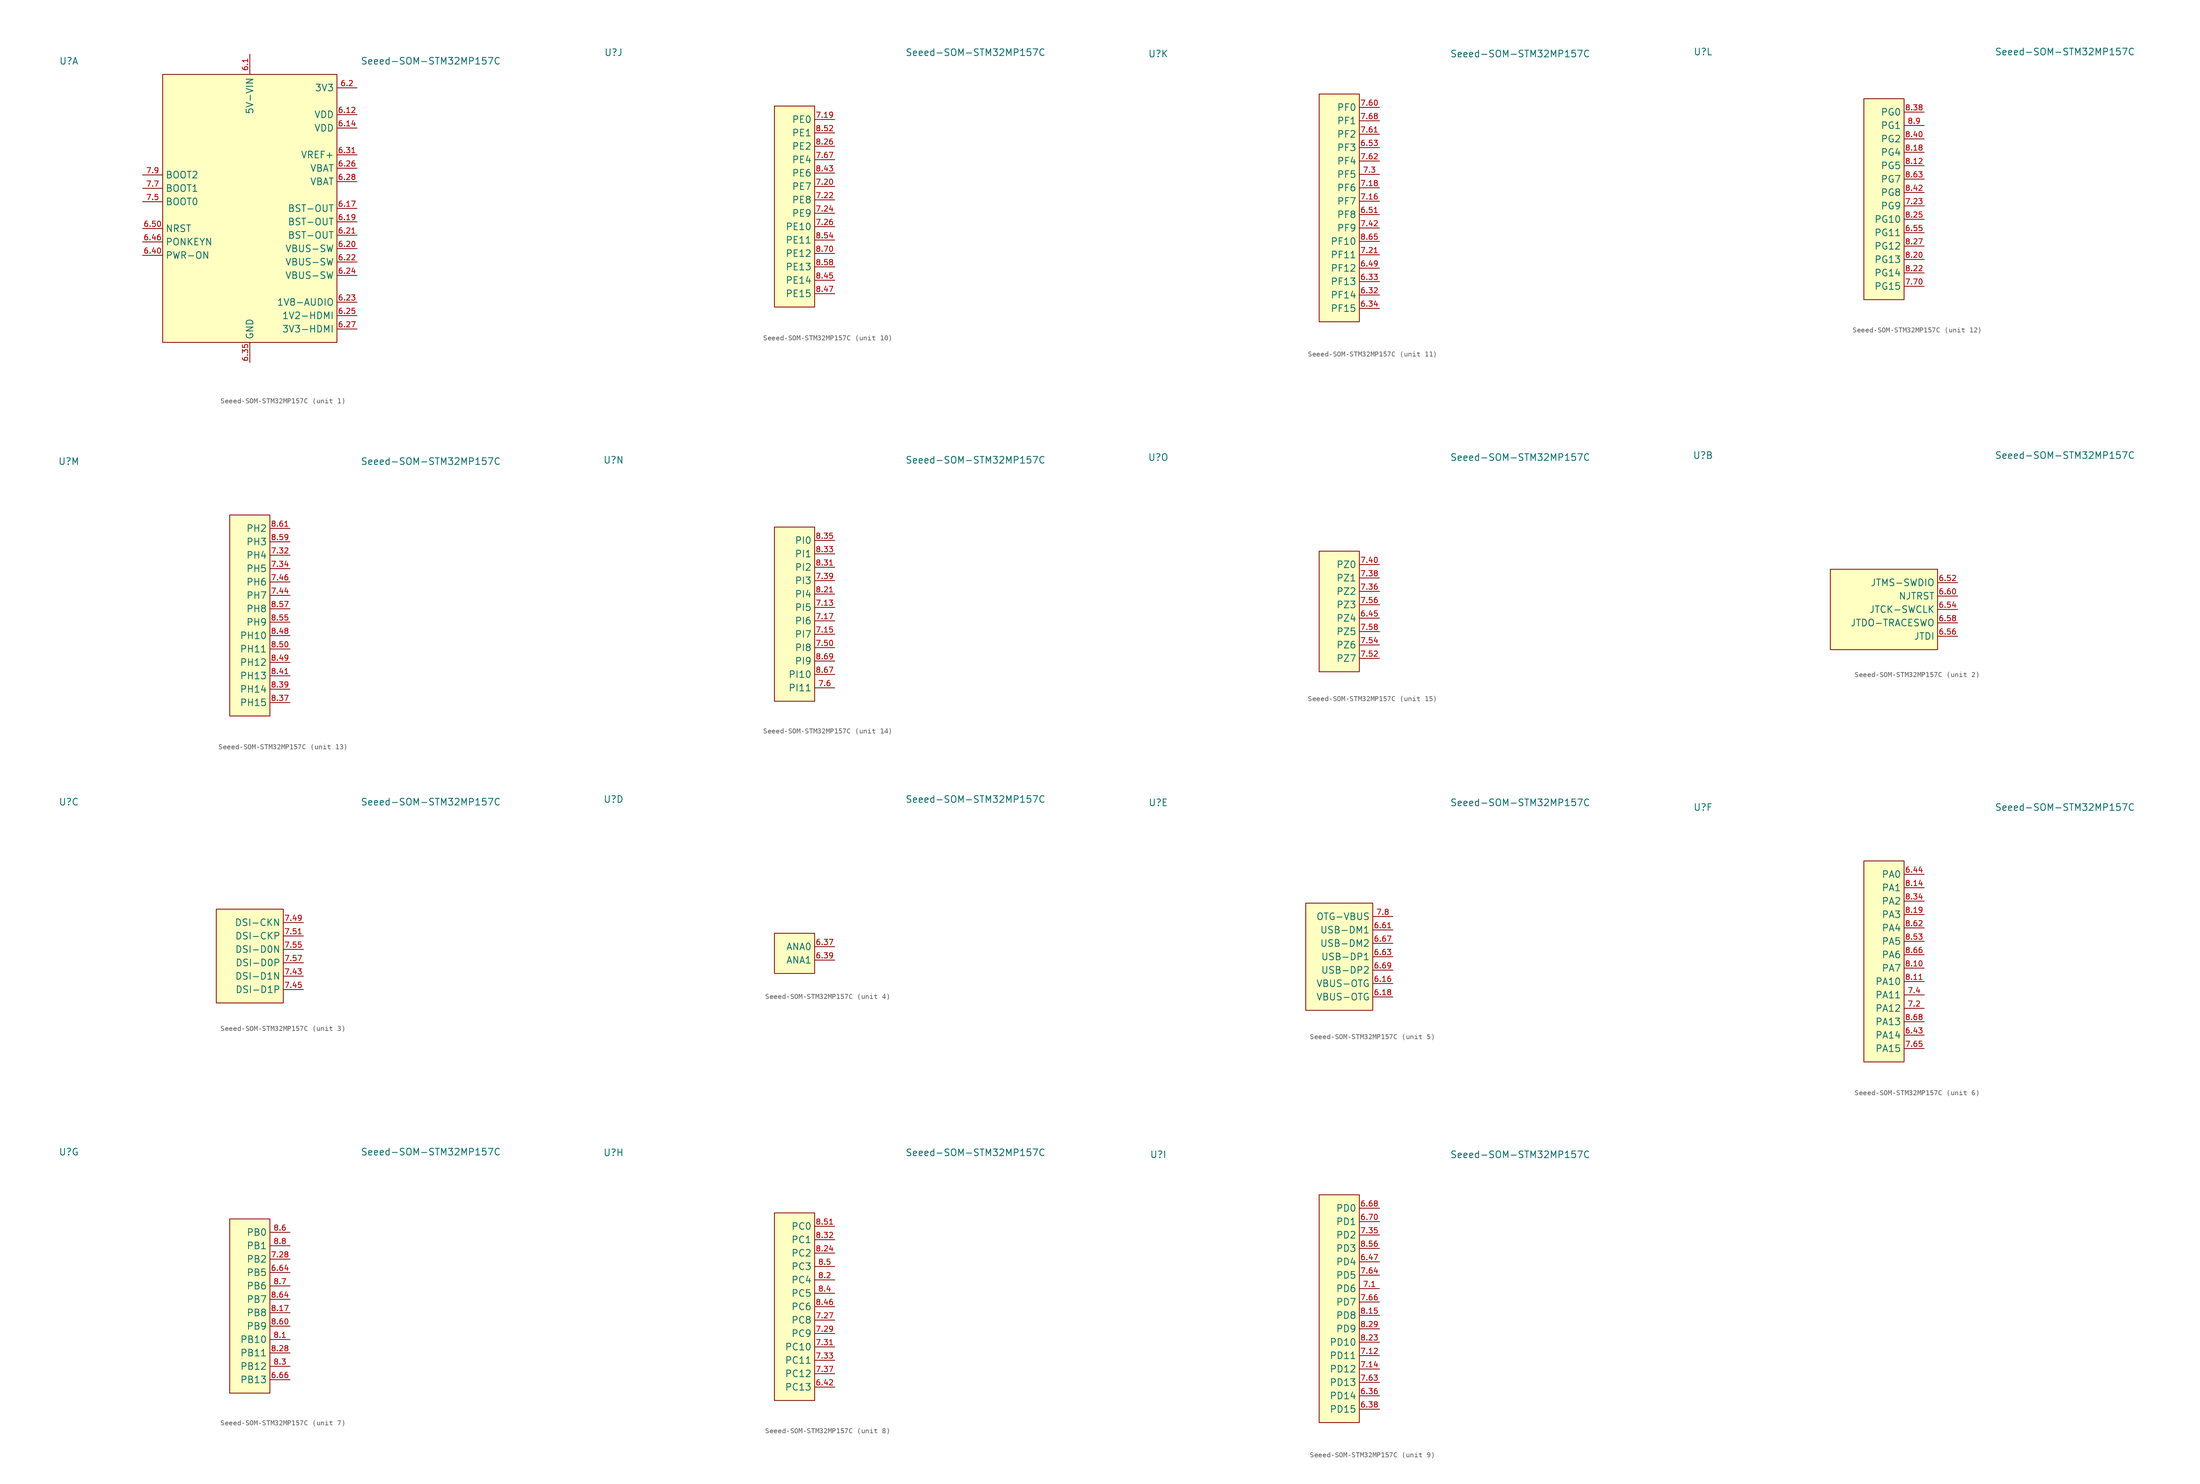
<source format=kicad_sym>
(kicad_symbol_lib
  (version 20211014)
  (generator kicad_symbol_editor)
  (symbol "Seeed-SOM-STM32MP157C"
    (property "Reference" "U"
      (at -34.29 29.21 0)
      (effects (font (size 1.27 1.27))))
    (property "Value" "Seeed-SOM-STM32MP157C"
      (at 34.29 29.21 0)
      (effects (font (size 1.27 1.27))))
    (property "ki_locked" ""
      (at 0 0 0)
      (effects (font (size 1.27 1.27))))
    (symbol "Seeed-SOM-STM32MP157C_1_1"
      (rectangle (start -16.51 -24.13) (end 16.51 26.67) (stroke (width 0) (type default) (color 0 0 0 0)) (fill (type background)))
      (pin power_in line (at 0 30.48 270) (length 3.81) (name "5V-VIN" (effects (font (size 1.27 1.27)))) (number "6.1" (effects (font (size 1.016 1.016)))))
      (pin passive line (at 20.32 24.13 180) (length 3.81) hide (name "3V3" (effects (font (size 1.27 1.27)))) (number "6.10" (effects (font (size 1.016 1.016)))))
      (pin passive line (at 0 30.48 270) (length 3.81) hide (name "5V-VIN" (effects (font (size 1.27 1.27)))) (number "6.11" (effects (font (size 1.016 1.016)))))
      (pin power_out line (at 20.32 19.05 180) (length 3.81) (name "VDD" (effects (font (size 1.27 1.27)))) (number "6.12" (effects (font (size 1.016 1.016)))))
      (pin passive line (at 0 30.48 270) (length 3.81) hide (name "5V-VIN" (effects (font (size 1.27 1.27)))) (number "6.13" (effects (font (size 1.016 1.016)))))
      (pin power_out line (at 20.32 16.51 180) (length 3.81) (name "VDD" (effects (font (size 1.27 1.27)))) (number "6.14" (effects (font (size 1.016 1.016)))))
      (pin passive line (at 0 30.48 270) (length 3.81) hide (name "5V-VIN" (effects (font (size 1.27 1.27)))) (number "6.15" (effects (font (size 1.016 1.016)))))
      (pin power_out line (at 20.32 1.27 180) (length 3.81) (name "BST-OUT" (effects (font (size 1.27 1.27)))) (number "6.17" (effects (font (size 1.016 1.016)))))
      (pin power_out line (at 20.32 -1.27 180) (length 3.81) (name "BST-OUT" (effects (font (size 1.27 1.27)))) (number "6.19" (effects (font (size 1.016 1.016)))))
      (pin power_out line (at 20.32 24.13 180) (length 3.81) (name "3V3" (effects (font (size 1.27 1.27)))) (number "6.2" (effects (font (size 1.016 1.016)))))
      (pin power_out line (at 20.32 -6.35 180) (length 3.81) (name "VBUS-SW" (effects (font (size 1.27 1.27)))) (number "6.20" (effects (font (size 1.016 1.016)))))
      (pin power_out line (at 20.32 -3.81 180) (length 3.81) (name "BST-OUT" (effects (font (size 1.27 1.27)))) (number "6.21" (effects (font (size 1.016 1.016)))))
      (pin power_out line (at 20.32 -8.89 180) (length 3.81) (name "VBUS-SW" (effects (font (size 1.27 1.27)))) (number "6.22" (effects (font (size 1.016 1.016)))))
      (pin power_in line (at 20.32 -16.51 180) (length 3.81) (name "1V8-AUDIO" (effects (font (size 1.27 1.27)))) (number "6.23" (effects (font (size 1.016 1.016)))))
      (pin power_out line (at 20.32 -11.43 180) (length 3.81) (name "VBUS-SW" (effects (font (size 1.27 1.27)))) (number "6.24" (effects (font (size 1.016 1.016)))))
      (pin power_in line (at 20.32 -19.05 180) (length 3.81) (name "1V2-HDMI" (effects (font (size 1.27 1.27)))) (number "6.25" (effects (font (size 1.016 1.016)))))
      (pin power_in line (at 20.32 8.89 180) (length 3.81) (name "VBAT" (effects (font (size 1.27 1.27)))) (number "6.26" (effects (font (size 1.016 1.016)))))
      (pin power_in line (at 20.32 -21.59 180) (length 3.81) (name "3V3-HDMI" (effects (font (size 1.27 1.27)))) (number "6.27" (effects (font (size 1.016 1.016)))))
      (pin power_in line (at 20.32 6.35 180) (length 3.81) (name "VBAT" (effects (font (size 1.27 1.27)))) (number "6.28" (effects (font (size 1.016 1.016)))))
      (pin no_connect line (at 1.27 1.27 90) (length 3.81) hide (name "NC" (effects (font (size 1.27 1.27)))) (number "6.29" (effects (font (size 1.016 1.016)))))
      (pin passive line (at 0 30.48 270) (length 3.81) hide (name "5V-VIN" (effects (font (size 1.27 1.27)))) (number "6.3" (effects (font (size 1.016 1.016)))))
      (pin no_connect line (at -1.27 1.27 90) (length 3.81) hide (name "NC" (effects (font (size 1.27 1.27)))) (number "6.30" (effects (font (size 1.016 1.016)))))
      (pin power_in line (at 20.32 11.43 180) (length 3.81) (name "VREF+" (effects (font (size 1.27 1.27)))) (number "6.31" (effects (font (size 1.016 1.016)))))
      (pin power_in line (at 0 -27.94 90) (length 3.81) (name "GND" (effects (font (size 1.27 1.27)))) (number "6.35" (effects (font (size 1.016 1.016)))))
      (pin passive line (at 20.32 24.13 180) (length 3.81) hide (name "3V3" (effects (font (size 1.27 1.27)))) (number "6.4" (effects (font (size 1.016 1.016)))))
      (pin output line (at -20.32 -7.62 0) (length 3.81) (name "PWR-ON" (effects (font (size 1.27 1.27)))) (number "6.40" (effects (font (size 1.016 1.016)))))
      (pin passive line (at 0 -27.94 90) (length 3.81) hide (name "GND" (effects (font (size 1.27 1.27)))) (number "6.41" (effects (font (size 1.016 1.016)))))
      (pin input line (at -20.32 -5.08 0) (length 3.81) (name "PONKEYN" (effects (font (size 1.27 1.27)))) (number "6.46" (effects (font (size 1.016 1.016)))))
      (pin passive line (at 0 -27.94 90) (length 3.81) hide (name "GND" (effects (font (size 1.27 1.27)))) (number "6.48" (effects (font (size 1.016 1.016)))))
      (pin passive line (at 0 30.48 270) (length 3.81) hide (name "5V-VIN" (effects (font (size 1.27 1.27)))) (number "6.5" (effects (font (size 1.016 1.016)))))
      (pin input line (at -20.32 -2.54 0) (length 3.81) (name "NRST" (effects (font (size 1.27 1.27)))) (number "6.50" (effects (font (size 1.016 1.016)))))
      (pin passive line (at 0 -27.94 90) (length 3.81) hide (name "GND" (effects (font (size 1.27 1.27)))) (number "6.57" (effects (font (size 1.016 1.016)))))
      (pin passive line (at 0 -27.94 90) (length 3.81) hide (name "GND" (effects (font (size 1.27 1.27)))) (number "6.59" (effects (font (size 1.016 1.016)))))
      (pin passive line (at 20.32 24.13 180) (length 3.81) hide (name "3V3" (effects (font (size 1.27 1.27)))) (number "6.6" (effects (font (size 1.016 1.016)))))
      (pin passive line (at 0 -27.94 90) (length 3.81) hide (name "GND" (effects (font (size 1.27 1.27)))) (number "6.62" (effects (font (size 1.016 1.016)))))
      (pin passive line (at 0 -27.94 90) (length 3.81) hide (name "GND" (effects (font (size 1.27 1.27)))) (number "6.65" (effects (font (size 1.016 1.016)))))
      (pin passive line (at 0 30.48 270) (length 3.81) hide (name "5V-VIN" (effects (font (size 1.27 1.27)))) (number "6.7" (effects (font (size 1.016 1.016)))))
      (pin passive line (at 20.32 24.13 180) (length 3.81) hide (name "3V3" (effects (font (size 1.27 1.27)))) (number "6.8" (effects (font (size 1.016 1.016)))))
      (pin passive line (at 0 30.48 270) (length 3.81) hide (name "5V-VIN" (effects (font (size 1.27 1.27)))) (number "6.9" (effects (font (size 1.016 1.016)))))
      (pin passive line (at 0 -27.94 90) (length 3.81) hide (name "GND" (effects (font (size 1.27 1.27)))) (number "7.10" (effects (font (size 1.016 1.016)))))
      (pin passive line (at 0 -27.94 90) (length 3.81) hide (name "GND" (effects (font (size 1.27 1.27)))) (number "7.11" (effects (font (size 1.016 1.016)))))
      (pin passive line (at 0 -27.94 90) (length 3.81) hide (name "GND" (effects (font (size 1.27 1.27)))) (number "7.25" (effects (font (size 1.016 1.016)))))
      (pin passive line (at 0 -27.94 90) (length 3.81) hide (name "GND" (effects (font (size 1.27 1.27)))) (number "7.30" (effects (font (size 1.016 1.016)))))
      (pin passive line (at 0 -27.94 90) (length 3.81) hide (name "GND" (effects (font (size 1.27 1.27)))) (number "7.41" (effects (font (size 1.016 1.016)))))
      (pin passive line (at 0 -27.94 90) (length 3.81) hide (name "GND" (effects (font (size 1.27 1.27)))) (number "7.47" (effects (font (size 1.016 1.016)))))
      (pin passive line (at 0 -27.94 90) (length 3.81) hide (name "GND" (effects (font (size 1.27 1.27)))) (number "7.48" (effects (font (size 1.016 1.016)))))
      (pin input line (at -20.32 2.54 0) (length 3.81) (name "BOOT0" (effects (font (size 1.27 1.27)))) (number "7.5" (effects (font (size 1.016 1.016)))))
      (pin passive line (at 0 -27.94 90) (length 3.81) hide (name "GND" (effects (font (size 1.27 1.27)))) (number "7.53" (effects (font (size 1.016 1.016)))))
      (pin passive line (at 0 -27.94 90) (length 3.81) hide (name "GND" (effects (font (size 1.27 1.27)))) (number "7.59" (effects (font (size 1.016 1.016)))))
      (pin passive line (at 0 -27.94 90) (length 3.81) hide (name "GND" (effects (font (size 1.27 1.27)))) (number "7.69" (effects (font (size 1.016 1.016)))))
      (pin input line (at -20.32 5.08 0) (length 3.81) (name "BOOT1" (effects (font (size 1.27 1.27)))) (number "7.7" (effects (font (size 1.016 1.016)))))
      (pin input line (at -20.32 7.62 0) (length 3.81) (name "BOOT2" (effects (font (size 1.27 1.27)))) (number "7.9" (effects (font (size 1.016 1.016)))))
      (pin passive line (at 0 -27.94 90) (length 3.81) hide (name "GND" (effects (font (size 1.27 1.27)))) (number "8.13" (effects (font (size 1.016 1.016)))))
      (pin passive line (at 0 -27.94 90) (length 3.81) hide (name "GND" (effects (font (size 1.27 1.27)))) (number "8.16" (effects (font (size 1.016 1.016)))))
      (pin passive line (at 0 -27.94 90) (length 3.81) hide (name "GND" (effects (font (size 1.27 1.27)))) (number "8.30" (effects (font (size 1.016 1.016)))))
      (pin passive line (at 0 -27.94 90) (length 3.81) hide (name "GND" (effects (font (size 1.27 1.27)))) (number "8.36" (effects (font (size 1.016 1.016)))))
      (pin passive line (at 0 -27.94 90) (length 3.81) hide (name "GND" (effects (font (size 1.27 1.27)))) (number "8.44" (effects (font (size 1.016 1.016))))))
    (symbol "Seeed-SOM-STM32MP157C_2_1"
      (rectangle (start -10.16 7.62) (end 10.16 -7.62) (stroke (width 0) (type default) (color 0 0 0 0)) (fill (type background)))
      (pin bidirectional line (at 13.97 5.08 180) (length 3.81) (name "JTMS-SWDIO" (effects (font (size 1.27 1.27)))) (number "6.52" (effects (font (size 1.016 1.016)))))
      (pin input line (at 13.97 0 180) (length 3.81) (name "JTCK-SWCLK" (effects (font (size 1.27 1.27)))) (number "6.54" (effects (font (size 1.016 1.016)))))
      (pin input line (at 13.97 -5.08 180) (length 3.81) (name "JTDI" (effects (font (size 1.27 1.27)))) (number "6.56" (effects (font (size 1.016 1.016)))))
      (pin output line (at 13.97 -2.54 180) (length 3.81) (name "JTDO-TRACESWO" (effects (font (size 1.27 1.27)))) (number "6.58" (effects (font (size 1.016 1.016)))))
      (pin input line (at 13.97 2.54 180) (length 3.81) (name "NJTRST" (effects (font (size 1.27 1.27)))) (number "6.60" (effects (font (size 1.016 1.016))))))
    (symbol "Seeed-SOM-STM32MP157C_3_1"
      (rectangle (start 6.35 8.89) (end -6.35 -8.89) (stroke (width 0) (type default) (color 0 0 0 0)) (fill (type background)))
      (pin unspecified line (at 10.16 -3.81 180) (length 3.81) (name "DSI-D1N" (effects (font (size 1.27 1.27)))) (number "7.43" (effects (font (size 1.016 1.016)))))
      (pin unspecified line (at 10.16 -6.35 180) (length 3.81) (name "DSI-D1P" (effects (font (size 1.27 1.27)))) (number "7.45" (effects (font (size 1.016 1.016)))))
      (pin unspecified line (at 10.16 6.35 180) (length 3.81) (name "DSI-CKN" (effects (font (size 1.27 1.27)))) (number "7.49" (effects (font (size 1.016 1.016)))))
      (pin unspecified line (at 10.16 3.81 180) (length 3.81) (name "DSI-CKP" (effects (font (size 1.27 1.27)))) (number "7.51" (effects (font (size 1.016 1.016)))))
      (pin unspecified line (at 10.16 1.27 180) (length 3.81) (name "DSI-D0N" (effects (font (size 1.27 1.27)))) (number "7.55" (effects (font (size 1.016 1.016)))))
      (pin unspecified line (at 10.16 -1.27 180) (length 3.81) (name "DSI-D0P" (effects (font (size 1.27 1.27)))) (number "7.57" (effects (font (size 1.016 1.016))))))
    (symbol "Seeed-SOM-STM32MP157C_4_1"
      (rectangle (start 3.81 3.81) (end -3.81 -3.81) (stroke (width 0) (type default) (color 0 0 0 0)) (fill (type background)))
      (pin unspecified line (at 7.62 1.27 180) (length 3.81) (name "ANA0" (effects (font (size 1.27 1.27)))) (number "6.37" (effects (font (size 1.016 1.016)))))
      (pin unspecified line (at 7.62 -1.27 180) (length 3.81) (name "ANA1" (effects (font (size 1.27 1.27)))) (number "6.39" (effects (font (size 1.016 1.016))))))
    (symbol "Seeed-SOM-STM32MP157C_5_1"
      (rectangle (start 6.35 10.16) (end -6.35 -10.16) (stroke (width 0) (type default) (color 0 0 0 0)) (fill (type background)))
      (pin power_in line (at 10.16 -5.08 180) (length 3.81) (name "VBUS-OTG" (effects (font (size 1.27 1.27)))) (number "6.16" (effects (font (size 1.016 1.016)))))
      (pin power_in line (at 10.16 -7.62 180) (length 3.81) (name "VBUS-OTG" (effects (font (size 1.27 1.27)))) (number "6.18" (effects (font (size 1.016 1.016)))))
      (pin unspecified line (at 10.16 5.08 180) (length 3.81) (name "USB-DM1" (effects (font (size 1.27 1.27)))) (number "6.61" (effects (font (size 1.016 1.016)))))
      (pin unspecified line (at 10.16 0 180) (length 3.81) (name "USB-DP1" (effects (font (size 1.27 1.27)))) (number "6.63" (effects (font (size 1.016 1.016)))))
      (pin unspecified line (at 10.16 2.54 180) (length 3.81) (name "USB-DM2" (effects (font (size 1.27 1.27)))) (number "6.67" (effects (font (size 1.016 1.016)))))
      (pin unspecified line (at 10.16 -2.54 180) (length 3.81) (name "USB-DP2" (effects (font (size 1.27 1.27)))) (number "6.69" (effects (font (size 1.016 1.016)))))
      (pin unspecified line (at 10.16 7.62 180) (length 3.81) (name "OTG-VBUS" (effects (font (size 1.27 1.27)))) (number "7.8" (effects (font (size 1.016 1.016))))))
    (symbol "Seeed-SOM-STM32MP157C_6_1"
      (rectangle (start 3.81 19.05) (end -3.81 -19.05) (stroke (width 0) (type default) (color 0 0 0 0)) (fill (type background)))
      (pin bidirectional line (at 7.62 -13.97 180) (length 3.81) (name "PA14" (effects (font (size 1.27 1.27)))) (number "6.43" (effects (font (size 1.016 1.016)))))
      (pin bidirectional line (at 7.62 16.51 180) (length 3.81) (name "PA0" (effects (font (size 1.27 1.27)))) (number "6.44" (effects (font (size 1.016 1.016)))))
      (pin bidirectional line (at 7.62 -8.89 180) (length 3.81) (name "PA12" (effects (font (size 1.27 1.27)))) (number "7.2" (effects (font (size 1.016 1.016)))))
      (pin bidirectional line (at 7.62 -6.35 180) (length 3.81) (name "PA11" (effects (font (size 1.27 1.27)))) (number "7.4" (effects (font (size 1.016 1.016)))))
      (pin bidirectional line (at 7.62 -16.51 180) (length 3.81) (name "PA15" (effects (font (size 1.27 1.27)))) (number "7.65" (effects (font (size 1.016 1.016)))))
      (pin bidirectional line (at 7.62 -1.27 180) (length 3.81) (name "PA7" (effects (font (size 1.27 1.27)))) (number "8.10" (effects (font (size 1.016 1.016)))))
      (pin bidirectional line (at 7.62 -3.81 180) (length 3.81) (name "PA10" (effects (font (size 1.27 1.27)))) (number "8.11" (effects (font (size 1.016 1.016)))))
      (pin bidirectional line (at 7.62 13.97 180) (length 3.81) (name "PA1" (effects (font (size 1.27 1.27)))) (number "8.14" (effects (font (size 1.016 1.016)))))
      (pin bidirectional line (at 7.62 8.89 180) (length 3.81) (name "PA3" (effects (font (size 1.27 1.27)))) (number "8.19" (effects (font (size 1.016 1.016)))))
      (pin bidirectional line (at 7.62 11.43 180) (length 3.81) (name "PA2" (effects (font (size 1.27 1.27)))) (number "8.34" (effects (font (size 1.016 1.016)))))
      (pin bidirectional line (at 7.62 3.81 180) (length 3.81) (name "PA5" (effects (font (size 1.27 1.27)))) (number "8.53" (effects (font (size 1.016 1.016)))))
      (pin bidirectional line (at 7.62 6.35 180) (length 3.81) (name "PA4" (effects (font (size 1.27 1.27)))) (number "8.62" (effects (font (size 1.016 1.016)))))
      (pin bidirectional line (at 7.62 1.27 180) (length 3.81) (name "PA6" (effects (font (size 1.27 1.27)))) (number "8.66" (effects (font (size 1.016 1.016)))))
      (pin bidirectional line (at 7.62 -11.43 180) (length 3.81) (name "PA13" (effects (font (size 1.27 1.27)))) (number "8.68" (effects (font (size 1.016 1.016))))))
    (symbol "Seeed-SOM-STM32MP157C_7_1"
      (rectangle (start 3.81 16.51) (end -3.81 -16.51) (stroke (width 0) (type default) (color 0 0 0 0)) (fill (type background)))
      (pin bidirectional line (at 7.62 6.35 180) (length 3.81) (name "PB5" (effects (font (size 1.27 1.27)))) (number "6.64" (effects (font (size 1.016 1.016)))))
      (pin bidirectional line (at 7.62 -13.97 180) (length 3.81) (name "PB13" (effects (font (size 1.27 1.27)))) (number "6.66" (effects (font (size 1.016 1.016)))))
      (pin bidirectional line (at 7.62 8.89 180) (length 3.81) (name "PB2" (effects (font (size 1.27 1.27)))) (number "7.28" (effects (font (size 1.016 1.016)))))
      (pin bidirectional line (at 7.62 -6.35 180) (length 3.81) (name "PB10" (effects (font (size 1.27 1.27)))) (number "8.1" (effects (font (size 1.016 1.016)))))
      (pin bidirectional line (at 7.62 -1.27 180) (length 3.81) (name "PB8" (effects (font (size 1.27 1.27)))) (number "8.17" (effects (font (size 1.016 1.016)))))
      (pin bidirectional line (at 7.62 -8.89 180) (length 3.81) (name "PB11" (effects (font (size 1.27 1.27)))) (number "8.28" (effects (font (size 1.016 1.016)))))
      (pin bidirectional line (at 7.62 -11.43 180) (length 3.81) (name "PB12" (effects (font (size 1.27 1.27)))) (number "8.3" (effects (font (size 1.016 1.016)))))
      (pin bidirectional line (at 7.62 13.97 180) (length 3.81) (name "PB0" (effects (font (size 1.27 1.27)))) (number "8.6" (effects (font (size 1.016 1.016)))))
      (pin bidirectional line (at 7.62 -3.81 180) (length 3.81) (name "PB9" (effects (font (size 1.27 1.27)))) (number "8.60" (effects (font (size 1.016 1.016)))))
      (pin bidirectional line (at 7.62 1.27 180) (length 3.81) (name "PB7" (effects (font (size 1.27 1.27)))) (number "8.64" (effects (font (size 1.016 1.016)))))
      (pin bidirectional line (at 7.62 3.81 180) (length 3.81) (name "PB6" (effects (font (size 1.27 1.27)))) (number "8.7" (effects (font (size 1.016 1.016)))))
      (pin bidirectional line (at 7.62 11.43 180) (length 3.81) (name "PB1" (effects (font (size 1.27 1.27)))) (number "8.8" (effects (font (size 1.016 1.016))))))
    (symbol "Seeed-SOM-STM32MP157C_8_1"
      (rectangle (start 3.81 17.78) (end -3.81 -17.78) (stroke (width 0) (type default) (color 0 0 0 0)) (fill (type background)))
      (pin bidirectional line (at 7.62 -15.24 180) (length 3.81) (name "PC13" (effects (font (size 1.27 1.27)))) (number "6.42" (effects (font (size 1.016 1.016)))))
      (pin bidirectional line (at 7.62 -2.54 180) (length 3.81) (name "PC8" (effects (font (size 1.27 1.27)))) (number "7.27" (effects (font (size 1.016 1.016)))))
      (pin bidirectional line (at 7.62 -5.08 180) (length 3.81) (name "PC9" (effects (font (size 1.27 1.27)))) (number "7.29" (effects (font (size 1.016 1.016)))))
      (pin bidirectional line (at 7.62 -7.62 180) (length 3.81) (name "PC10" (effects (font (size 1.27 1.27)))) (number "7.31" (effects (font (size 1.016 1.016)))))
      (pin bidirectional line (at 7.62 -10.16 180) (length 3.81) (name "PC11" (effects (font (size 1.27 1.27)))) (number "7.33" (effects (font (size 1.016 1.016)))))
      (pin bidirectional line (at 7.62 -12.7 180) (length 3.81) (name "PC12" (effects (font (size 1.27 1.27)))) (number "7.37" (effects (font (size 1.016 1.016)))))
      (pin bidirectional line (at 7.62 5.08 180) (length 3.81) (name "PC4" (effects (font (size 1.27 1.27)))) (number "8.2" (effects (font (size 1.016 1.016)))))
      (pin bidirectional line (at 7.62 10.16 180) (length 3.81) (name "PC2" (effects (font (size 1.27 1.27)))) (number "8.24" (effects (font (size 1.016 1.016)))))
      (pin bidirectional line (at 7.62 12.7 180) (length 3.81) (name "PC1" (effects (font (size 1.27 1.27)))) (number "8.32" (effects (font (size 1.016 1.016)))))
      (pin bidirectional line (at 7.62 2.54 180) (length 3.81) (name "PC5" (effects (font (size 1.27 1.27)))) (number "8.4" (effects (font (size 1.016 1.016)))))
      (pin bidirectional line (at 7.62 0 180) (length 3.81) (name "PC6" (effects (font (size 1.27 1.27)))) (number "8.46" (effects (font (size 1.016 1.016)))))
      (pin bidirectional line (at 7.62 7.62 180) (length 3.81) (name "PC3" (effects (font (size 1.27 1.27)))) (number "8.5" (effects (font (size 1.016 1.016)))))
      (pin bidirectional line (at 7.62 15.24 180) (length 3.81) (name "PC0" (effects (font (size 1.27 1.27)))) (number "8.51" (effects (font (size 1.016 1.016))))))
    (symbol "Seeed-SOM-STM32MP157C_9_1"
      (rectangle (start 3.81 21.59) (end -3.81 -21.59) (stroke (width 0) (type default) (color 0 0 0 0)) (fill (type background)))
      (pin bidirectional line (at 7.62 -16.51 180) (length 3.81) (name "PD14" (effects (font (size 1.27 1.27)))) (number "6.36" (effects (font (size 1.016 1.016)))))
      (pin bidirectional line (at 7.62 -19.05 180) (length 3.81) (name "PD15" (effects (font (size 1.27 1.27)))) (number "6.38" (effects (font (size 1.016 1.016)))))
      (pin bidirectional line (at 7.62 8.89 180) (length 3.81) (name "PD4" (effects (font (size 1.27 1.27)))) (number "6.47" (effects (font (size 1.016 1.016)))))
      (pin bidirectional line (at 7.62 19.05 180) (length 3.81) (name "PD0" (effects (font (size 1.27 1.27)))) (number "6.68" (effects (font (size 1.016 1.016)))))
      (pin bidirectional line (at 7.62 16.51 180) (length 3.81) (name "PD1" (effects (font (size 1.27 1.27)))) (number "6.70" (effects (font (size 1.016 1.016)))))
      (pin bidirectional line (at 7.62 3.81 180) (length 3.81) (name "PD6" (effects (font (size 1.27 1.27)))) (number "7.1" (effects (font (size 1.016 1.016)))))
      (pin bidirectional line (at 7.62 -8.89 180) (length 3.81) (name "PD11" (effects (font (size 1.27 1.27)))) (number "7.12" (effects (font (size 1.016 1.016)))))
      (pin bidirectional line (at 7.62 -11.43 180) (length 3.81) (name "PD12" (effects (font (size 1.27 1.27)))) (number "7.14" (effects (font (size 1.016 1.016)))))
      (pin bidirectional line (at 7.62 13.97 180) (length 3.81) (name "PD2" (effects (font (size 1.27 1.27)))) (number "7.35" (effects (font (size 1.016 1.016)))))
      (pin bidirectional line (at 7.62 -13.97 180) (length 3.81) (name "PD13" (effects (font (size 1.27 1.27)))) (number "7.63" (effects (font (size 1.016 1.016)))))
      (pin bidirectional line (at 7.62 6.35 180) (length 3.81) (name "PD5" (effects (font (size 1.27 1.27)))) (number "7.64" (effects (font (size 1.016 1.016)))))
      (pin bidirectional line (at 7.62 1.27 180) (length 3.81) (name "PD7" (effects (font (size 1.27 1.27)))) (number "7.66" (effects (font (size 1.016 1.016)))))
      (pin bidirectional line (at 7.62 -1.27 180) (length 3.81) (name "PD8" (effects (font (size 1.27 1.27)))) (number "8.15" (effects (font (size 1.016 1.016)))))
      (pin bidirectional line (at 7.62 -6.35 180) (length 3.81) (name "PD10" (effects (font (size 1.27 1.27)))) (number "8.23" (effects (font (size 1.016 1.016)))))
      (pin bidirectional line (at 7.62 -3.81 180) (length 3.81) (name "PD9" (effects (font (size 1.27 1.27)))) (number "8.29" (effects (font (size 1.016 1.016)))))
      (pin bidirectional line (at 7.62 11.43 180) (length 3.81) (name "PD3" (effects (font (size 1.27 1.27)))) (number "8.56" (effects (font (size 1.016 1.016))))))
    (symbol "Seeed-SOM-STM32MP157C_10_1"
      (rectangle (start 3.81 19.05) (end -3.81 -19.05) (stroke (width 0) (type default) (color 0 0 0 0)) (fill (type background)))
      (pin bidirectional line (at 7.62 16.51 180) (length 3.81) (name "PE0" (effects (font (size 1.27 1.27)))) (number "7.19" (effects (font (size 1.016 1.016)))))
      (pin bidirectional line (at 7.62 3.81 180) (length 3.81) (name "PE7" (effects (font (size 1.27 1.27)))) (number "7.20" (effects (font (size 1.016 1.016)))))
      (pin bidirectional line (at 7.62 1.27 180) (length 3.81) (name "PE8" (effects (font (size 1.27 1.27)))) (number "7.22" (effects (font (size 1.016 1.016)))))
      (pin bidirectional line (at 7.62 -1.27 180) (length 3.81) (name "PE9" (effects (font (size 1.27 1.27)))) (number "7.24" (effects (font (size 1.016 1.016)))))
      (pin bidirectional line (at 7.62 -3.81 180) (length 3.81) (name "PE10" (effects (font (size 1.27 1.27)))) (number "7.26" (effects (font (size 1.016 1.016)))))
      (pin bidirectional line (at 7.62 8.89 180) (length 3.81) (name "PE4" (effects (font (size 1.27 1.27)))) (number "7.67" (effects (font (size 1.016 1.016)))))
      (pin bidirectional line (at 7.62 11.43 180) (length 3.81) (name "PE2" (effects (font (size 1.27 1.27)))) (number "8.26" (effects (font (size 1.016 1.016)))))
      (pin bidirectional line (at 7.62 6.35 180) (length 3.81) (name "PE6" (effects (font (size 1.27 1.27)))) (number "8.43" (effects (font (size 1.016 1.016)))))
      (pin bidirectional line (at 7.62 -13.97 180) (length 3.81) (name "PE14" (effects (font (size 1.27 1.27)))) (number "8.45" (effects (font (size 1.016 1.016)))))
      (pin bidirectional line (at 7.62 -16.51 180) (length 3.81) (name "PE15" (effects (font (size 1.27 1.27)))) (number "8.47" (effects (font (size 1.016 1.016)))))
      (pin bidirectional line (at 7.62 13.97 180) (length 3.81) (name "PE1" (effects (font (size 1.27 1.27)))) (number "8.52" (effects (font (size 1.016 1.016)))))
      (pin bidirectional line (at 7.62 -6.35 180) (length 3.81) (name "PE11" (effects (font (size 1.27 1.27)))) (number "8.54" (effects (font (size 1.016 1.016)))))
      (pin bidirectional line (at 7.62 -11.43 180) (length 3.81) (name "PE13" (effects (font (size 1.27 1.27)))) (number "8.58" (effects (font (size 1.016 1.016)))))
      (pin bidirectional line (at 7.62 -8.89 180) (length 3.81) (name "PE12" (effects (font (size 1.27 1.27)))) (number "8.70" (effects (font (size 1.016 1.016))))))
    (symbol "Seeed-SOM-STM32MP157C_11_1"
      (rectangle (start 3.81 21.59) (end -3.81 -21.59) (stroke (width 0) (type default) (color 0 0 0 0)) (fill (type background)))
      (pin bidirectional line (at 7.62 -16.51 180) (length 3.81) (name "PF14" (effects (font (size 1.27 1.27)))) (number "6.32" (effects (font (size 1.016 1.016)))))
      (pin bidirectional line (at 7.62 -13.97 180) (length 3.81) (name "PF13" (effects (font (size 1.27 1.27)))) (number "6.33" (effects (font (size 1.016 1.016)))))
      (pin bidirectional line (at 7.62 -19.05 180) (length 3.81) (name "PF15" (effects (font (size 1.27 1.27)))) (number "6.34" (effects (font (size 1.016 1.016)))))
      (pin bidirectional line (at 7.62 -11.43 180) (length 3.81) (name "PF12" (effects (font (size 1.27 1.27)))) (number "6.49" (effects (font (size 1.016 1.016)))))
      (pin bidirectional line (at 7.62 -1.27 180) (length 3.81) (name "PF8" (effects (font (size 1.27 1.27)))) (number "6.51" (effects (font (size 1.016 1.016)))))
      (pin bidirectional line (at 7.62 11.43 180) (length 3.81) (name "PF3" (effects (font (size 1.27 1.27)))) (number "6.53" (effects (font (size 1.016 1.016)))))
      (pin bidirectional line (at 7.62 1.27 180) (length 3.81) (name "PF7" (effects (font (size 1.27 1.27)))) (number "7.16" (effects (font (size 1.016 1.016)))))
      (pin bidirectional line (at 7.62 3.81 180) (length 3.81) (name "PF6" (effects (font (size 1.27 1.27)))) (number "7.18" (effects (font (size 1.016 1.016)))))
      (pin bidirectional line (at 7.62 -8.89 180) (length 3.81) (name "PF11" (effects (font (size 1.27 1.27)))) (number "7.21" (effects (font (size 1.016 1.016)))))
      (pin bidirectional line (at 7.62 6.35 180) (length 3.81) (name "PF5" (effects (font (size 1.27 1.27)))) (number "7.3" (effects (font (size 1.016 1.016)))))
      (pin bidirectional line (at 7.62 -3.81 180) (length 3.81) (name "PF9" (effects (font (size 1.27 1.27)))) (number "7.42" (effects (font (size 1.016 1.016)))))
      (pin bidirectional line (at 7.62 19.05 180) (length 3.81) (name "PF0" (effects (font (size 1.27 1.27)))) (number "7.60" (effects (font (size 1.016 1.016)))))
      (pin bidirectional line (at 7.62 13.97 180) (length 3.81) (name "PF2" (effects (font (size 1.27 1.27)))) (number "7.61" (effects (font (size 1.016 1.016)))))
      (pin bidirectional line (at 7.62 8.89 180) (length 3.81) (name "PF4" (effects (font (size 1.27 1.27)))) (number "7.62" (effects (font (size 1.016 1.016)))))
      (pin bidirectional line (at 7.62 16.51 180) (length 3.81) (name "PF1" (effects (font (size 1.27 1.27)))) (number "7.68" (effects (font (size 1.016 1.016)))))
      (pin bidirectional line (at 7.62 -6.35 180) (length 3.81) (name "PF10" (effects (font (size 1.27 1.27)))) (number "8.65" (effects (font (size 1.016 1.016))))))
    (symbol "Seeed-SOM-STM32MP157C_12_1"
      (rectangle (start 3.81 20.32) (end -3.81 -17.78) (stroke (width 0) (type default) (color 0 0 0 0)) (fill (type background)))
      (pin bidirectional line (at 7.62 -5.08 180) (length 3.81) (name "PG11" (effects (font (size 1.27 1.27)))) (number "6.55" (effects (font (size 1.016 1.016)))))
      (pin bidirectional line (at 7.62 0 180) (length 3.81) (name "PG9" (effects (font (size 1.27 1.27)))) (number "7.23" (effects (font (size 1.016 1.016)))))
      (pin bidirectional line (at 7.62 -15.24 180) (length 3.81) (name "PG15" (effects (font (size 1.27 1.27)))) (number "7.70" (effects (font (size 1.016 1.016)))))
      (pin bidirectional line (at 7.62 7.62 180) (length 3.81) (name "PG5" (effects (font (size 1.27 1.27)))) (number "8.12" (effects (font (size 1.016 1.016)))))
      (pin bidirectional line (at 7.62 10.16 180) (length 3.81) (name "PG4" (effects (font (size 1.27 1.27)))) (number "8.18" (effects (font (size 1.016 1.016)))))
      (pin bidirectional line (at 7.62 -10.16 180) (length 3.81) (name "PG13" (effects (font (size 1.27 1.27)))) (number "8.20" (effects (font (size 1.016 1.016)))))
      (pin bidirectional line (at 7.62 -12.7 180) (length 3.81) (name "PG14" (effects (font (size 1.27 1.27)))) (number "8.22" (effects (font (size 1.016 1.016)))))
      (pin bidirectional line (at 7.62 -2.54 180) (length 3.81) (name "PG10" (effects (font (size 1.27 1.27)))) (number "8.25" (effects (font (size 1.016 1.016)))))
      (pin bidirectional line (at 7.62 -7.62 180) (length 3.81) (name "PG12" (effects (font (size 1.27 1.27)))) (number "8.27" (effects (font (size 1.016 1.016)))))
      (pin bidirectional line (at 7.62 17.78 180) (length 3.81) (name "PG0" (effects (font (size 1.27 1.27)))) (number "8.38" (effects (font (size 1.016 1.016)))))
      (pin bidirectional line (at 7.62 12.7 180) (length 3.81) (name "PG2" (effects (font (size 1.27 1.27)))) (number "8.40" (effects (font (size 1.016 1.016)))))
      (pin bidirectional line (at 7.62 2.54 180) (length 3.81) (name "PG8" (effects (font (size 1.27 1.27)))) (number "8.42" (effects (font (size 1.016 1.016)))))
      (pin bidirectional line (at 7.62 5.08 180) (length 3.81) (name "PG7" (effects (font (size 1.27 1.27)))) (number "8.63" (effects (font (size 1.016 1.016)))))
      (pin bidirectional line (at 7.62 15.24 180) (length 3.81) (name "PG1" (effects (font (size 1.27 1.27)))) (number "8.9" (effects (font (size 1.016 1.016))))))
    (symbol "Seeed-SOM-STM32MP157C_13_1"
      (rectangle (start 3.81 19.05) (end -3.81 -19.05) (stroke (width 0) (type default) (color 0 0 0 0)) (fill (type background)))
      (pin bidirectional line (at 7.62 11.43 180) (length 3.81) (name "PH4" (effects (font (size 1.27 1.27)))) (number "7.32" (effects (font (size 1.016 1.016)))))
      (pin bidirectional line (at 7.62 8.89 180) (length 3.81) (name "PH5" (effects (font (size 1.27 1.27)))) (number "7.34" (effects (font (size 1.016 1.016)))))
      (pin bidirectional line (at 7.62 3.81 180) (length 3.81) (name "PH7" (effects (font (size 1.27 1.27)))) (number "7.44" (effects (font (size 1.016 1.016)))))
      (pin bidirectional line (at 7.62 6.35 180) (length 3.81) (name "PH6" (effects (font (size 1.27 1.27)))) (number "7.46" (effects (font (size 1.016 1.016)))))
      (pin bidirectional line (at 7.62 -16.51 180) (length 3.81) (name "PH15" (effects (font (size 1.27 1.27)))) (number "8.37" (effects (font (size 1.016 1.016)))))
      (pin bidirectional line (at 7.62 -13.97 180) (length 3.81) (name "PH14" (effects (font (size 1.27 1.27)))) (number "8.39" (effects (font (size 1.016 1.016)))))
      (pin bidirectional line (at 7.62 -11.43 180) (length 3.81) (name "PH13" (effects (font (size 1.27 1.27)))) (number "8.41" (effects (font (size 1.016 1.016)))))
      (pin bidirectional line (at 7.62 -3.81 180) (length 3.81) (name "PH10" (effects (font (size 1.27 1.27)))) (number "8.48" (effects (font (size 1.016 1.016)))))
      (pin bidirectional line (at 7.62 -8.89 180) (length 3.81) (name "PH12" (effects (font (size 1.27 1.27)))) (number "8.49" (effects (font (size 1.016 1.016)))))
      (pin bidirectional line (at 7.62 -6.35 180) (length 3.81) (name "PH11" (effects (font (size 1.27 1.27)))) (number "8.50" (effects (font (size 1.016 1.016)))))
      (pin bidirectional line (at 7.62 -1.27 180) (length 3.81) (name "PH9" (effects (font (size 1.27 1.27)))) (number "8.55" (effects (font (size 1.016 1.016)))))
      (pin bidirectional line (at 7.62 1.27 180) (length 3.81) (name "PH8" (effects (font (size 1.27 1.27)))) (number "8.57" (effects (font (size 1.016 1.016)))))
      (pin bidirectional line (at 7.62 13.97 180) (length 3.81) (name "PH3" (effects (font (size 1.27 1.27)))) (number "8.59" (effects (font (size 1.016 1.016)))))
      (pin bidirectional line (at 7.62 16.51 180) (length 3.81) (name "PH2" (effects (font (size 1.27 1.27)))) (number "8.61" (effects (font (size 1.016 1.016))))))
    (symbol "Seeed-SOM-STM32MP157C_14_1"
      (rectangle (start 3.81 16.51) (end -3.81 -16.51) (stroke (width 0) (type default) (color 0 0 0 0)) (fill (type background)))
      (pin bidirectional line (at 7.62 1.27 180) (length 3.81) (name "PI5" (effects (font (size 1.27 1.27)))) (number "7.13" (effects (font (size 1.016 1.016)))))
      (pin bidirectional line (at 7.62 -3.81 180) (length 3.81) (name "PI7" (effects (font (size 1.27 1.27)))) (number "7.15" (effects (font (size 1.016 1.016)))))
      (pin bidirectional line (at 7.62 -1.27 180) (length 3.81) (name "PI6" (effects (font (size 1.27 1.27)))) (number "7.17" (effects (font (size 1.016 1.016)))))
      (pin bidirectional line (at 7.62 6.35 180) (length 3.81) (name "PI3" (effects (font (size 1.27 1.27)))) (number "7.39" (effects (font (size 1.016 1.016)))))
      (pin bidirectional line (at 7.62 -6.35 180) (length 3.81) (name "PI8" (effects (font (size 1.27 1.27)))) (number "7.50" (effects (font (size 1.016 1.016)))))
      (pin bidirectional line (at 7.62 -13.97 180) (length 3.81) (name "PI11" (effects (font (size 1.27 1.27)))) (number "7.6" (effects (font (size 1.016 1.016)))))
      (pin bidirectional line (at 7.62 3.81 180) (length 3.81) (name "PI4" (effects (font (size 1.27 1.27)))) (number "8.21" (effects (font (size 1.016 1.016)))))
      (pin bidirectional line (at 7.62 8.89 180) (length 3.81) (name "PI2" (effects (font (size 1.27 1.27)))) (number "8.31" (effects (font (size 1.016 1.016)))))
      (pin bidirectional line (at 7.62 11.43 180) (length 3.81) (name "PI1" (effects (font (size 1.27 1.27)))) (number "8.33" (effects (font (size 1.016 1.016)))))
      (pin bidirectional line (at 7.62 13.97 180) (length 3.81) (name "PI0" (effects (font (size 1.27 1.27)))) (number "8.35" (effects (font (size 1.016 1.016)))))
      (pin bidirectional line (at 7.62 -11.43 180) (length 3.81) (name "PI10" (effects (font (size 1.27 1.27)))) (number "8.67" (effects (font (size 1.016 1.016)))))
      (pin bidirectional line (at 7.62 -8.89 180) (length 3.81) (name "PI9" (effects (font (size 1.27 1.27)))) (number "8.69" (effects (font (size 1.016 1.016))))))
    (symbol "Seeed-SOM-STM32MP157C_15_1"
      (rectangle (start 3.81 11.43) (end -3.81 -11.43) (stroke (width 0) (type default) (color 0 0 0 0)) (fill (type background)))
      (pin bidirectional line (at 7.62 -1.27 180) (length 3.81) (name "PZ4" (effects (font (size 1.27 1.27)))) (number "6.45" (effects (font (size 1.016 1.016)))))
      (pin bidirectional line (at 7.62 3.81 180) (length 3.81) (name "PZ2" (effects (font (size 1.27 1.27)))) (number "7.36" (effects (font (size 1.016 1.016)))))
      (pin bidirectional line (at 7.62 6.35 180) (length 3.81) (name "PZ1" (effects (font (size 1.27 1.27)))) (number "7.38" (effects (font (size 1.016 1.016)))))
      (pin bidirectional line (at 7.62 8.89 180) (length 3.81) (name "PZ0" (effects (font (size 1.27 1.27)))) (number "7.40" (effects (font (size 1.016 1.016)))))
      (pin bidirectional line (at 7.62 -8.89 180) (length 3.81) (name "PZ7" (effects (font (size 1.27 1.27)))) (number "7.52" (effects (font (size 1.016 1.016)))))
      (pin bidirectional line (at 7.62 -6.35 180) (length 3.81) (name "PZ6" (effects (font (size 1.27 1.27)))) (number "7.54" (effects (font (size 1.016 1.016)))))
      (pin bidirectional line (at 7.62 1.27 180) (length 3.81) (name "PZ3" (effects (font (size 1.27 1.27)))) (number "7.56" (effects (font (size 1.016 1.016)))))
      (pin bidirectional line (at 7.62 -3.81 180) (length 3.81) (name "PZ5" (effects (font (size 1.27 1.27)))) (number "7.58" (effects (font (size 1.016 1.016))))))))
</source>
